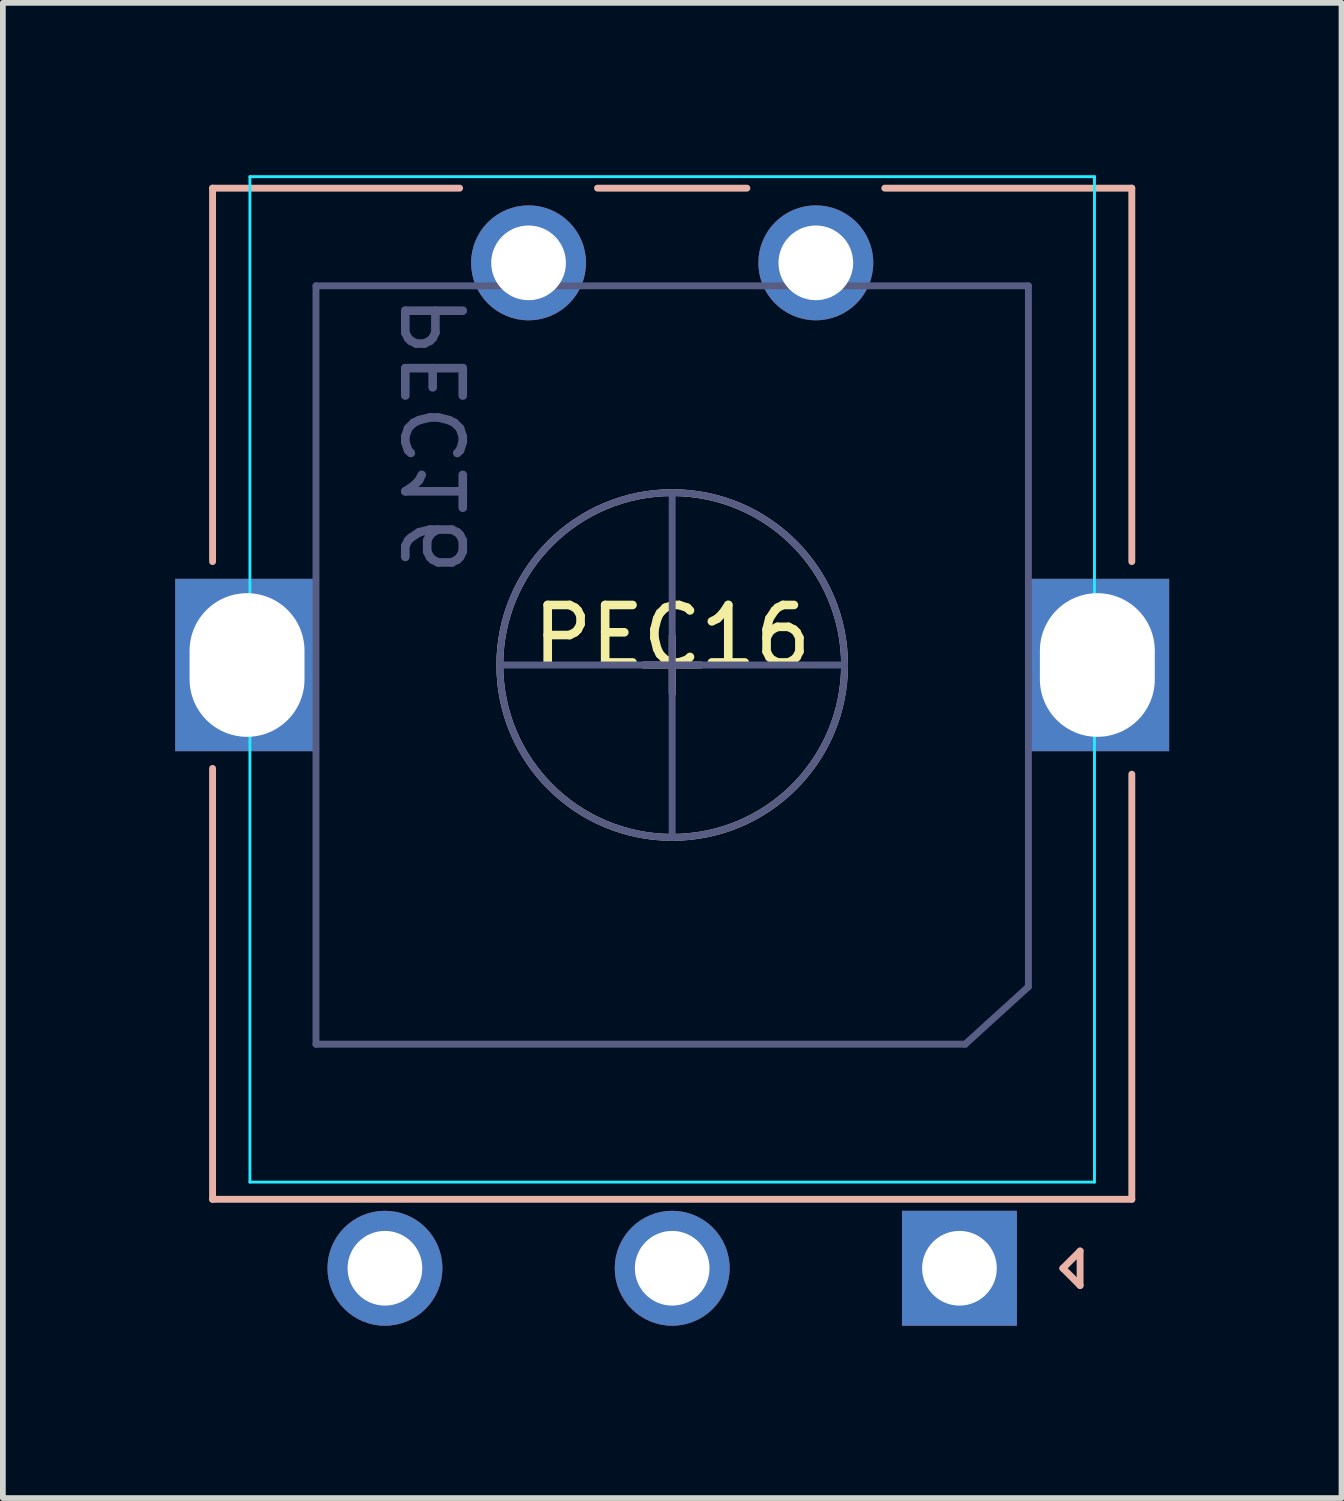
<source format=kicad_pcb>
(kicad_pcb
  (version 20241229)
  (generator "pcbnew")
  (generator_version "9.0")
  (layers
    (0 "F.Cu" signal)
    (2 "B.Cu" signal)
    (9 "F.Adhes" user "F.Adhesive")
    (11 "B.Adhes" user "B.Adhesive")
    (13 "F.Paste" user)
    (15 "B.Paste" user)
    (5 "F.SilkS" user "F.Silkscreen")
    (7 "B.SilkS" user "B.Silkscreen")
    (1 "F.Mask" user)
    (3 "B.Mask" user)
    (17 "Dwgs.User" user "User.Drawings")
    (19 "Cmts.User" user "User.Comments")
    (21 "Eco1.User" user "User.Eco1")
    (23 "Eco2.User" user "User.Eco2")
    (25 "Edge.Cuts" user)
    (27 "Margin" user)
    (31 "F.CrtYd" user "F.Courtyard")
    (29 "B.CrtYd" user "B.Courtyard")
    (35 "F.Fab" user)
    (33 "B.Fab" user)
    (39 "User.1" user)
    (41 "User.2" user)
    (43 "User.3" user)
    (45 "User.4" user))
  (footprint "PEC16"
    (layer "F.Cu")
    (at 8.65 8.525)
    (property "Reference" "PEC16" (at 0 -0.5 0) (unlocked yes) (layer "F.SilkS") (effects (font (size 1 1) (thickness 0.15))))
    (attr smd)
    (fp_line (start -8 -8.3) (end -8 -1.8) (stroke (width 0.12) (type solid)) (layer "B.SilkS"))
    (fp_line (start -8 1.8) (end -8 9.3) (stroke (width 0.12) (type solid)) (layer "B.SilkS"))
    (fp_line (start -8 9.3) (end 8 9.3) (stroke (width 0.12) (type solid)) (layer "B.SilkS"))
    (fp_line (start -3.7 -8.3) (end -8 -8.3) (stroke (width 0.12) (type solid)) (layer "B.SilkS"))
    (fp_line (start 0 0.5) (end 0 -0.5) (stroke (width 0.12) (type solid)) (layer "B.SilkS"))
    (fp_line (start 0.5 0) (end -0.5 0) (stroke (width 0.12) (type solid)) (layer "B.SilkS"))
    (fp_line (start 1.3 -8.3) (end -1.3 -8.3) (stroke (width 0.12) (type solid)) (layer "B.SilkS"))
    (fp_line (start 6.8 10.5) (end 7.1 10.8) (stroke (width 0.12) (type solid)) (layer "B.SilkS"))
    (fp_line (start 7.1 10.2) (end 6.8 10.5) (stroke (width 0.12) (type solid)) (layer "B.SilkS"))
    (fp_line (start 7.1 10.8) (end 7.1 10.2) (stroke (width 0.12) (type solid)) (layer "B.SilkS"))
    (fp_line (start 8 -8.3) (end 3.7 -8.3) (stroke (width 0.12) (type solid)) (layer "B.SilkS"))
    (fp_line (start 8 -1.8) (end 8 -8.3) (stroke (width 0.12) (type solid)) (layer "B.SilkS"))
    (fp_line (start 8 1.9) (end 8 9.3) (stroke (width 0.12) (type solid)) (layer "B.SilkS"))
    (fp_circle (center 0 0) (end 0 -3) (stroke (width 0.12) (type solid)) (fill no) (layer "B.SilkS"))
    (fp_line (start -7.35 -8.5) (end -7.35 9) (stroke (width 0.05) (type solid)) (layer "B.CrtYd"))
    (fp_line (start -7.35 -8.5) (end 7.35 -8.5) (stroke (width 0.05) (type solid)) (layer "B.CrtYd"))
    (fp_line (start 7.35 9) (end -7.35 9) (stroke (width 0.05) (type solid)) (layer "B.CrtYd"))
    (fp_line (start 7.35 9) (end 7.35 -8.5) (stroke (width 0.05) (type solid)) (layer "B.CrtYd"))
    (fp_line (start -6.2 -6.6) (end -6.2 6.6) (stroke (width 0.12) (type solid)) (layer "B.Fab"))
    (fp_line (start -6.2 6.6) (end 5.1 6.6) (stroke (width 0.12) (type solid)) (layer "B.Fab"))
    (fp_line (start 0 3) (end 0 -3) (stroke (width 0.12) (type solid)) (layer "B.Fab"))
    (fp_line (start 3 0) (end -3 0) (stroke (width 0.12) (type solid)) (layer "B.Fab"))
    (fp_line (start 5.1 6.6) (end 6.2 5.6) (stroke (width 0.12) (type solid)) (layer "B.Fab"))
    (fp_line (start 6.2 -6.6) (end -6.2 -6.6) (stroke (width 0.12) (type solid)) (layer "B.Fab"))
    (fp_line (start 6.2 5.6) (end 6.2 -6.6) (stroke (width 0.12) (type solid)) (layer "B.Fab"))
    (fp_circle (center 0 0) (end 0 -3) (stroke (width 0.12) (type solid)) (fill no) (layer "B.Fab"))
    (fp_text user "${REFERENCE}" (at -4.1 -4 270) (layer "B.Fab") (effects (font (size 1 1) (thickness 0.15)) (justify mirror)))
    (pad "A" thru_hole rect (at 5 10.5 90) (size 2 2) (drill 1.3) (layers "*.Cu" "*.Mask"))
    (pad "B" thru_hole circle (at 0 10.5 90) (size 2 2) (drill 1.3) (layers "*.Cu" "*.Mask"))
    (pad "C" thru_hole circle (at -5 10.5 90) (size 2 2) (drill 1.3) (layers "*.Cu" "*.Mask"))
    (pad "MP" thru_hole rect (at -7.4 0 90) (size 3 2.5) (drill oval 2.5 2) (layers "*.Cu" "*.Mask"))
    (pad "MP" thru_hole rect (at 7.4 0 90) (size 3 2.5) (drill oval 2.5 2) (layers "*.Cu" "*.Mask"))
    (pad "S1" thru_hole circle (at 2.5 -7 90) (size 2 2) (drill 1.3) (layers "*.Cu" "*.Mask"))
    (pad "S2" thru_hole circle (at -2.5 -7 90) (size 2 2) (drill 1.3) (layers "*.Cu" "*.Mask")))
  (gr_rect
    (start -3 -3)
    (end 20.3 23.025)
    (stroke (width 0.1) (type default))
    (fill no)
    (layer "Edge.Cuts")))
</source>
